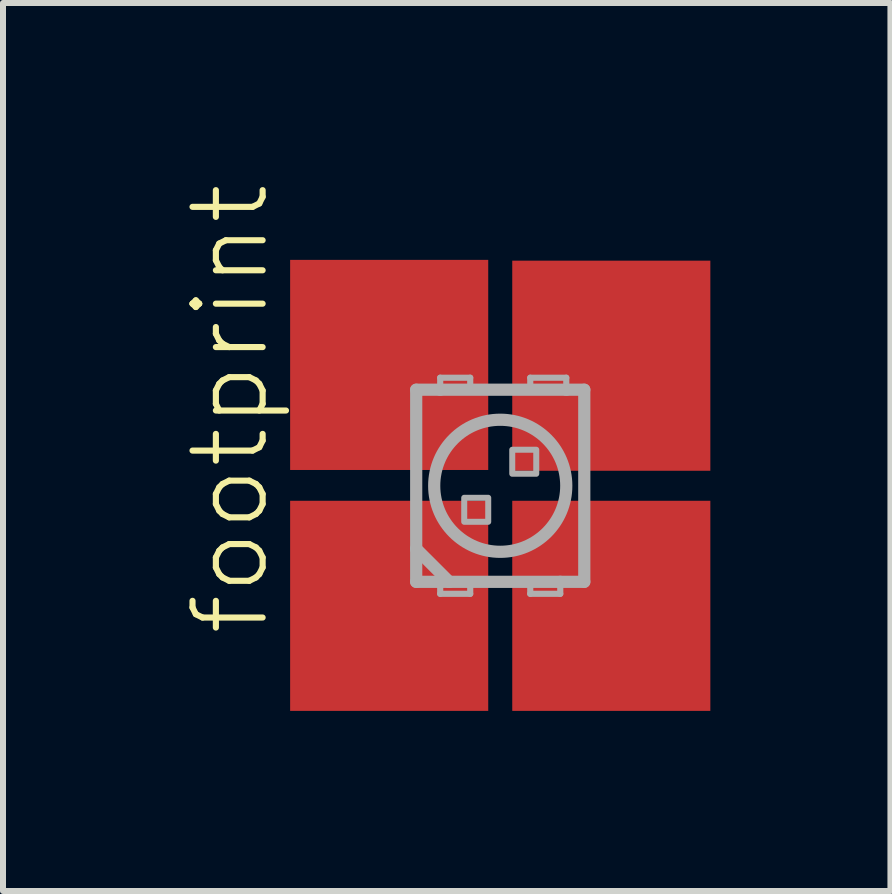
<source format=kicad_pcb>
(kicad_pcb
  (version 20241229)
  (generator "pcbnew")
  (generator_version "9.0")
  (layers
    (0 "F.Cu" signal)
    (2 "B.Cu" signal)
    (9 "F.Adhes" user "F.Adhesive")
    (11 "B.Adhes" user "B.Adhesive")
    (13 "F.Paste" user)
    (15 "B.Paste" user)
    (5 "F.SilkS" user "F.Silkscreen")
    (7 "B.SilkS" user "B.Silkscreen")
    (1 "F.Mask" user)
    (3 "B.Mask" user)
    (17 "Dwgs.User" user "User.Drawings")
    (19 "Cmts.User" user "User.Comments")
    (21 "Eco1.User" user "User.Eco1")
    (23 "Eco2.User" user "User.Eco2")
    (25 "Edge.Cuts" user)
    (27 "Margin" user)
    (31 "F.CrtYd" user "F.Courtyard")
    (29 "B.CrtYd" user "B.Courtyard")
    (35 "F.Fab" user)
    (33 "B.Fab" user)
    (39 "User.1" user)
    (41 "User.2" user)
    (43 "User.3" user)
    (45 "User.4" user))
  (footprint "footprint"
    (layer "F.Cu")
    (at 5.283 5.042)
    (property "Reference" "footprint" (at -3.81 2.54 90) (layer "F.SilkS") (effects (font (size 1.168 1.168) (thickness 0.102)) (justify left bottom)))
    (fp_poly (pts (xy -1.15 -0.75) (xy -0.35 -0.75) (xy -0.35 -1.85) (xy -1.15 -1.85)) (stroke (width 0) (type solid)) (fill yes) (layer "F.Mask"))
    (fp_poly (pts (xy -1.15 1.85) (xy -0.35 1.85) (xy -0.35 0.75) (xy -1.15 0.75)) (stroke (width 0) (type solid)) (fill yes) (layer "F.Mask"))
    (fp_poly (pts (xy 0.35 -0.75) (xy 1.15 -0.75) (xy 1.15 -1.85) (xy 0.35 -1.85)) (stroke (width 0) (type solid)) (fill yes) (layer "F.Mask"))
    (fp_poly (pts (xy 0.35 1.85) (xy 1.15 1.85) (xy 1.15 0.75) (xy 0.35 0.75)) (stroke (width 0) (type solid)) (fill yes) (layer "F.Mask"))
    (fp_poly (pts (xy -0.6 0.225) (xy -0.2 0.225) (xy -0.2 0.2) (xy -0.6 0.2)) (stroke (width 0) (type solid)) (fill yes) (layer "F.SilkS"))
    (fp_poly (pts (xy 0.2 -0.2) (xy 0.6 -0.2) (xy 0.6 -0.225) (xy 0.2 -0.225)) (stroke (width 0) (type solid)) (fill yes) (layer "F.SilkS"))
    (fp_poly (pts (xy -1.1 -0.8) (xy -0.4 -0.8) (xy -0.4 -1.8) (xy -1.1 -1.8)) (stroke (width 0) (type solid)) (fill yes) (layer "F.Paste"))
    (fp_poly (pts (xy -1.1 1.8) (xy -0.4 1.8) (xy -0.4 0.8) (xy -1.1 0.8)) (stroke (width 0) (type solid)) (fill yes) (layer "F.Paste"))
    (fp_poly (pts (xy 0.4 -0.8) (xy 1.1 -0.8) (xy 1.1 -1.8) (xy 0.4 -1.8)) (stroke (width 0) (type solid)) (fill yes) (layer "F.Paste"))
    (fp_poly (pts (xy 0.4 1.8) (xy 1.1 1.8) (xy 1.1 0.8) (xy 0.4 0.8)) (stroke (width 0) (type solid)) (fill yes) (layer "F.Paste"))
    (fp_line (start -1.4 -1.6) (end -1.4 1.05) (stroke (width 0.203) (type solid)) (layer "F.Fab"))
    (fp_line (start -1.4 1.05) (end -1.4 1.6) (stroke (width 0.203) (type solid)) (layer "F.Fab"))
    (fp_line (start -1.4 1.6) (end -1 1.6) (stroke (width 0.203) (type solid)) (layer "F.Fab"))
    (fp_line (start -1 -1.8) (end -0.5 -1.8) (stroke (width 0.102) (type solid)) (layer "F.Fab"))
    (fp_line (start -1 -1.6) (end -1.4 -1.6) (stroke (width 0.203) (type solid)) (layer "F.Fab"))
    (fp_line (start -1 -1.6) (end -1 -1.8) (stroke (width 0.102) (type solid)) (layer "F.Fab"))
    (fp_line (start -1 1.6) (end -1 1.8) (stroke (width 0.102) (type solid)) (layer "F.Fab"))
    (fp_line (start -1 1.6) (end -0.85 1.6) (stroke (width 0.203) (type solid)) (layer "F.Fab"))
    (fp_line (start -1 1.8) (end -0.5 1.8) (stroke (width 0.102) (type solid)) (layer "F.Fab"))
    (fp_line (start -0.85 1.6) (end -1.4 1.05) (stroke (width 0.203) (type solid)) (layer "F.Fab"))
    (fp_line (start -0.85 1.6) (end 1 1.6) (stroke (width 0.203) (type solid)) (layer "F.Fab"))
    (fp_line (start -0.5 -1.8) (end -0.5 -1.65) (stroke (width 0.102) (type solid)) (layer "F.Fab"))
    (fp_line (start -0.5 1.8) (end -0.5 1.65) (stroke (width 0.102) (type solid)) (layer "F.Fab"))
    (fp_line (start 0.5 -1.8) (end 1.1 -1.8) (stroke (width 0.102) (type solid)) (layer "F.Fab"))
    (fp_line (start 0.5 -1.65) (end 0.5 -1.8) (stroke (width 0.102) (type solid)) (layer "F.Fab"))
    (fp_line (start 0.5 1.65) (end 0.5 1.8) (stroke (width 0.102) (type solid)) (layer "F.Fab"))
    (fp_line (start 0.5 1.8) (end 1 1.8) (stroke (width 0.102) (type solid)) (layer "F.Fab"))
    (fp_line (start 1 1.6) (end 1.4 1.6) (stroke (width 0.203) (type solid)) (layer "F.Fab"))
    (fp_line (start 1 1.8) (end 1 1.6) (stroke (width 0.102) (type solid)) (layer "F.Fab"))
    (fp_line (start 1.1 -1.8) (end 1.1 -1.6) (stroke (width 0.102) (type solid)) (layer "F.Fab"))
    (fp_line (start 1.1 -1.6) (end -1 -1.6) (stroke (width 0.203) (type solid)) (layer "F.Fab"))
    (fp_line (start 1.4 -1.6) (end 1.1 -1.6) (stroke (width 0.203) (type solid)) (layer "F.Fab"))
    (fp_line (start 1.4 1.6) (end 1.4 -1.6) (stroke (width 0.203) (type solid)) (layer "F.Fab"))
    (fp_circle (center 0 0) (end 1.1 0) (stroke (width 0.203) (type solid)) (fill no) (layer "F.Fab"))
    (fp_poly (pts (xy -0.6 0.6) (xy -0.2 0.6) (xy -0.2 0.2) (xy -0.6 0.2)) (stroke (width 0.1) (type solid)) (fill no) (layer "F.Fab"))
    (fp_poly (pts (xy 0.2 -0.2) (xy 0.6 -0.2) (xy 0.6 -0.6) (xy 0.2 -0.6)) (stroke (width 0.1) (type solid)) (fill no) (layer "F.Fab"))
    (pad "1" smd rect (at -1.85 2) (size 3.3 3.5) (layers "F.Cu"))
    (pad "2" smd rect (at -1.85 -2.013) (size 3.3 3.5) (layers "F.Cu"))
    (pad "3" smd rect (at 1.85 -2) (size 3.3 3.5) (layers "F.Cu"))
    (pad "4" smd rect (at 1.85 2) (size 3.3 3.5) (layers "F.Cu")))
  (gr_rect
    (start -3 -3)
    (end 11.783 11.792)
    (stroke (width 0.1) (type default))
    (fill no)
    (layer "Edge.Cuts")))
</source>
